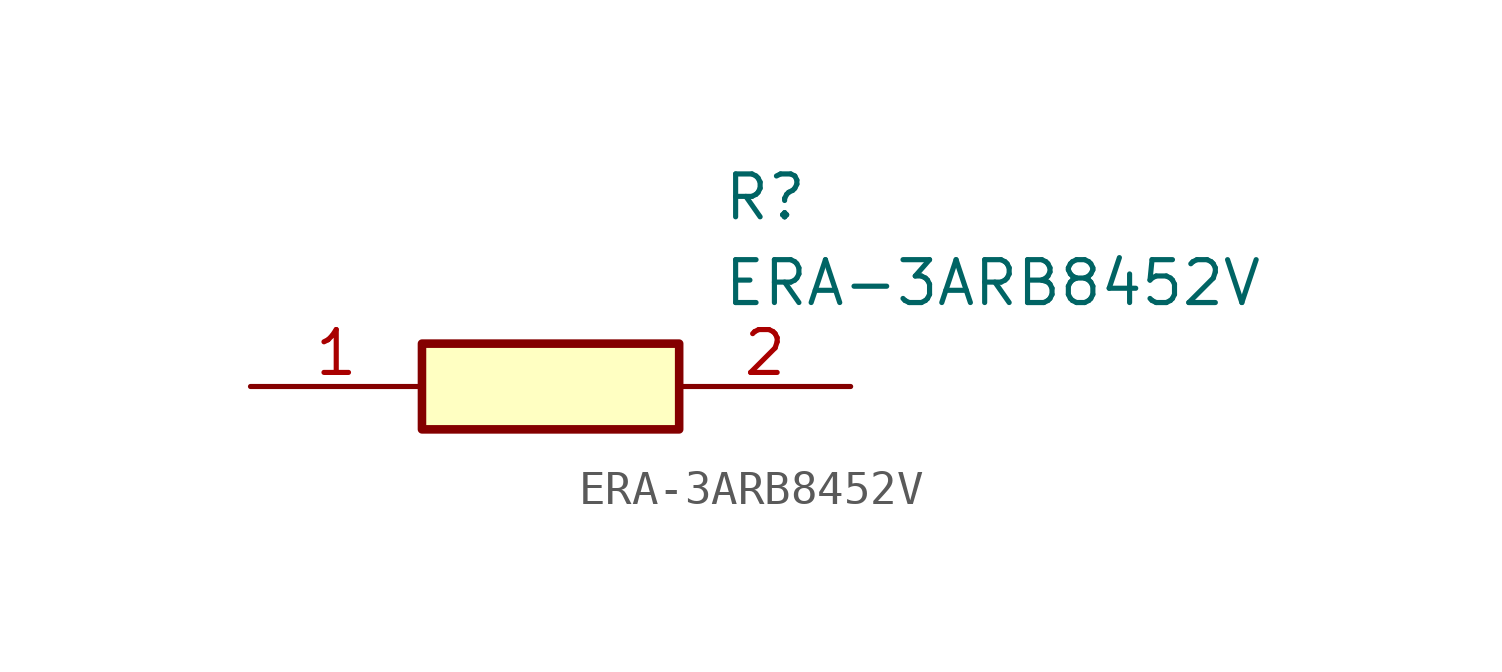
<source format=kicad_sym>
(kicad_symbol_lib
  (version 20211014)
  (generator SamacSys_ECAD_Model)
  (symbol "ERA-3ARB8452V"
    (pin_names hide)
    (property "Reference" "R"
      (at 13.97 6.35 0)
      (effects (font (size 1.27 1.27)) (justify left top)))
    (property "Value" "ERA-3ARB8452V"
      (at 13.97 3.81 0)
      (effects (font (size 1.27 1.27)) (justify left top)))
    (rectangle
      (start 5.08 1.27)
      (end 12.7 -1.27)
      (stroke (width 0.254) (type default))
      (fill (type background)))
    (pin passive line
      (at 0 0 0)
      (length 5.08)
      (name "1" (effects (font (size 1.27 1.27))))
      (number "1" (effects (font (size 1.27 1.27)))))
    (pin passive line
      (at 17.78 0 180)
      (length 5.08)
      (name "2" (effects (font (size 1.27 1.27))))
      (number "2" (effects (font (size 1.27 1.27)))))))
</source>
